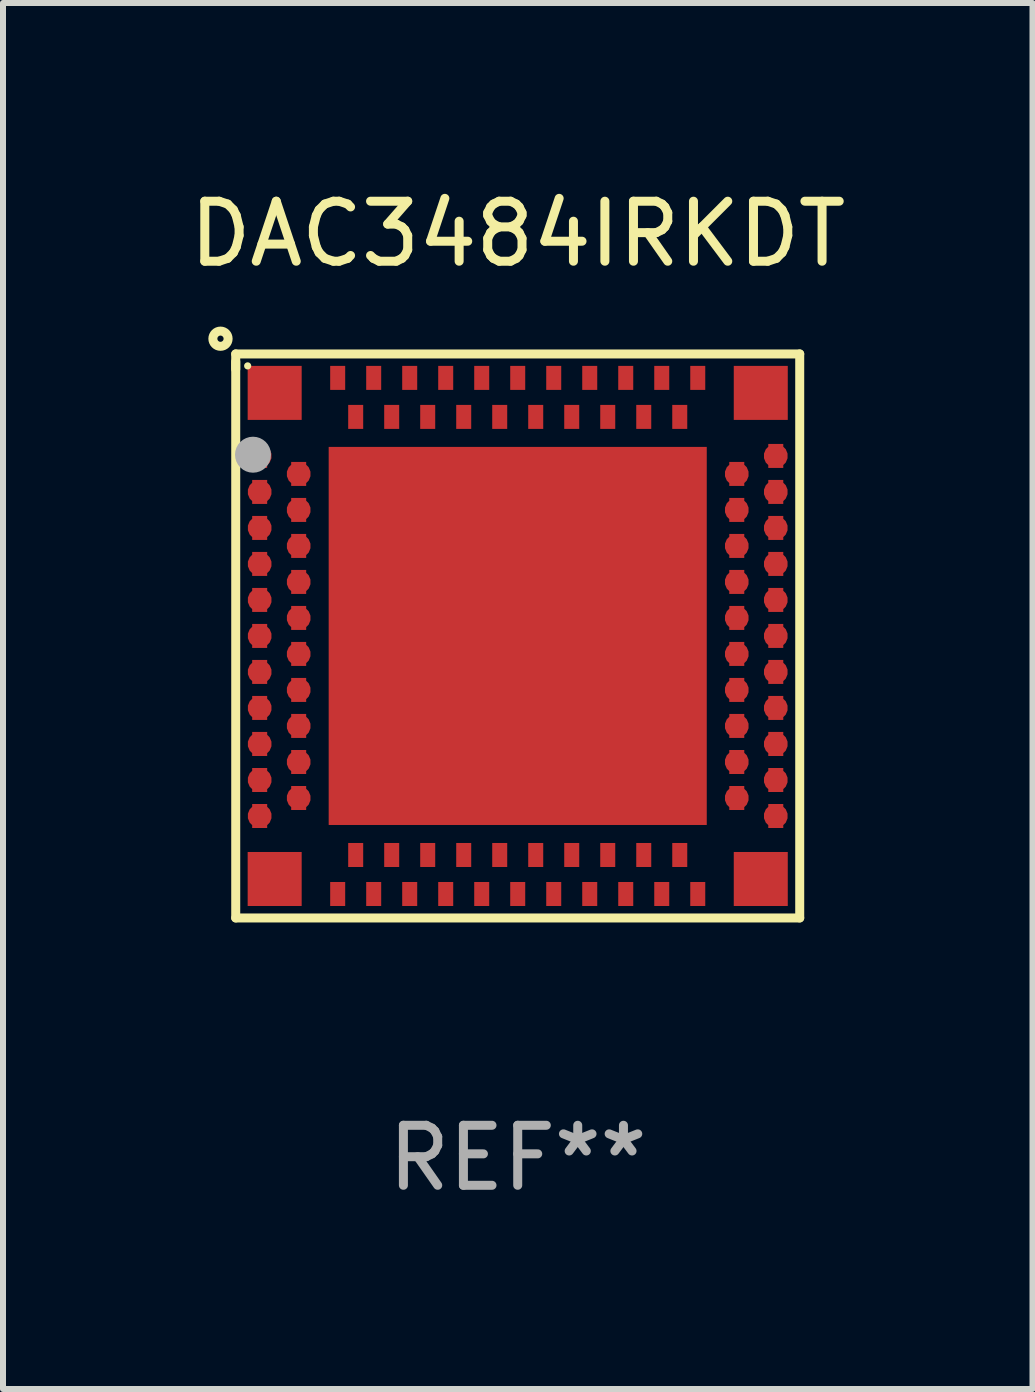
<source format=kicad_pcb>
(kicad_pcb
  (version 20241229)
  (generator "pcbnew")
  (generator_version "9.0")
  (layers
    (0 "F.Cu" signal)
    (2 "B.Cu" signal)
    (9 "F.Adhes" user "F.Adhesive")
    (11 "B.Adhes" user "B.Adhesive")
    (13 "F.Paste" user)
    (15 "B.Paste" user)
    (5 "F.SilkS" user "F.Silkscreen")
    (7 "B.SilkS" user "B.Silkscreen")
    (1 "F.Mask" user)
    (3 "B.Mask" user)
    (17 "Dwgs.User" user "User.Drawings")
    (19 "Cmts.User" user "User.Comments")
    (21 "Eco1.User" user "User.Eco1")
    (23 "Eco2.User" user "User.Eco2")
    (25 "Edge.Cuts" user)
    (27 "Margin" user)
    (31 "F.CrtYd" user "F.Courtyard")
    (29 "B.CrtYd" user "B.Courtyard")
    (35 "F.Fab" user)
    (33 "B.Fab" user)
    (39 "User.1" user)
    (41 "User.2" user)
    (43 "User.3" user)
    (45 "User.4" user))
  (footprint "DAC3484IRKDT"
    (layer "F.Cu")
    (at 5.577 7.547)
    (property "Reference" "DAC3484IRKDT" (at 0 -6.699 0) (layer "F.SilkS") (effects (font (size 1 1) (thickness 0.15))))
    (attr through_hole)
    (fp_line (start -4.699 -4.699) (end -4.699 -4.445) (stroke (width 0.15) (type solid)) (layer "F.SilkS"))
    (fp_line (start -4.699 -4.572) (end -4.699 4.699) (stroke (width 0.15) (type solid)) (layer "F.SilkS"))
    (fp_line (start -4.699 4.699) (end 4.699 4.699) (stroke (width 0.15) (type solid)) (layer "F.SilkS"))
    (fp_line (start 4.699 -4.699) (end -4.699 -4.699) (stroke (width 0.15) (type solid)) (layer "F.SilkS"))
    (fp_line (start 4.699 4.699) (end 4.699 -4.699) (stroke (width 0.15) (type solid)) (layer "F.SilkS"))
    (fp_circle (center -4.953 -4.953) (end -4.826 -4.953) (stroke (width 0.15) (type solid)) (fill no) (layer "F.SilkS"))
    (fp_circle (center -4.5 -4.5) (end -4.47 -4.5) (stroke (width 0.06) (type solid)) (fill no) (layer "F.SilkS"))
    (fp_circle (center -4.411 -3.02) (end -4.261 -3.02) (stroke (width 0.3) (type solid)) (fill no) (layer "F.Fab"))
    (fp_text user "REF**" (at 0 8.699 0) (layer "F.Fab") (effects (font (size 1 1) (thickness 0.15))))
    (pad "89" smd rect (at 0 0) (size 6.3 6.3) (layers "F.Cu" "F.Mask" "F.Paste"))
    (pad "A1" smd custom (at -4.3 -3 90) (size 0.4 0.25) (layers "F.Cu" "F.Mask" "F.Paste") (options (anchor circle)) (primitives (gr_poly (pts (xy -0.2 0.125) (xy -0.2 -0.125) (xy 0.2 -0.125) (xy 0.2 0.125)) (width 0) (fill yes))))
    (pad "A2" smd custom (at -4.3 -2.4 90) (size 0.4 0.25) (layers "F.Cu" "F.Mask" "F.Paste") (options (anchor circle)) (primitives (gr_poly (pts (xy -0.2 0.125) (xy -0.2 -0.125) (xy 0.2 -0.125) (xy 0.2 0.125)) (width 0) (fill yes))))
    (pad "A3" smd custom (at -4.3 -1.8 90) (size 0.4 0.25) (layers "F.Cu" "F.Mask" "F.Paste") (options (anchor circle)) (primitives (gr_poly (pts (xy -0.2 0.125) (xy -0.2 -0.125) (xy 0.2 -0.125) (xy 0.2 0.125)) (width 0) (fill yes))))
    (pad "A4" smd custom (at -4.3 -1.2 90) (size 0.4 0.25) (layers "F.Cu" "F.Mask" "F.Paste") (options (anchor circle)) (primitives (gr_poly (pts (xy -0.2 0.125) (xy -0.2 -0.125) (xy 0.2 -0.125) (xy 0.2 0.125)) (width 0) (fill yes))))
    (pad "A5" smd custom (at -4.3 -0.6 90) (size 0.4 0.25) (layers "F.Cu" "F.Mask" "F.Paste") (options (anchor circle)) (primitives (gr_poly (pts (xy -0.2 0.125) (xy -0.2 -0.125) (xy 0.2 -0.125) (xy 0.2 0.125)) (width 0) (fill yes))))
    (pad "A6" smd custom (at -4.3 0 90) (size 0.4 0.25) (layers "F.Cu" "F.Mask" "F.Paste") (options (anchor circle)) (primitives (gr_poly (pts (xy -0.2 0.125) (xy -0.2 -0.125) (xy 0.2 -0.125) (xy 0.2 0.125)) (width 0) (fill yes))))
    (pad "A7" smd custom (at -4.3 0.6 90) (size 0.4 0.25) (layers "F.Cu" "F.Mask" "F.Paste") (options (anchor circle)) (primitives (gr_poly (pts (xy -0.2 0.125) (xy -0.2 -0.125) (xy 0.2 -0.125) (xy 0.2 0.125)) (width 0) (fill yes))))
    (pad "A8" smd custom (at -4.3 1.2 90) (size 0.4 0.25) (layers "F.Cu" "F.Mask" "F.Paste") (options (anchor circle)) (primitives (gr_poly (pts (xy -0.2 0.125) (xy -0.2 -0.125) (xy 0.2 -0.125) (xy 0.2 0.125)) (width 0) (fill yes))))
    (pad "A9" smd custom (at -4.3 1.8 90) (size 0.4 0.25) (layers "F.Cu" "F.Mask" "F.Paste") (options (anchor circle)) (primitives (gr_poly (pts (xy -0.2 0.125) (xy -0.2 -0.125) (xy 0.2 -0.125) (xy 0.2 0.125)) (width 0) (fill yes))))
    (pad "A10" smd custom (at -4.3 2.4 90) (size 0.4 0.25) (layers "F.Cu" "F.Mask" "F.Paste") (options (anchor circle)) (primitives (gr_poly (pts (xy -0.2 0.125) (xy -0.2 -0.125) (xy 0.2 -0.125) (xy 0.2 0.125)) (width 0) (fill yes))))
    (pad "A11" smd custom (at -4.3 3 90) (size 0.4 0.25) (layers "F.Cu" "F.Mask" "F.Paste") (options (anchor circle)) (primitives (gr_poly (pts (xy -0.2 0.125) (xy -0.2 -0.125) (xy 0.2 -0.125) (xy 0.2 0.125)) (width 0) (fill yes))))
    (pad "A12" smd custom (at -3 4.3) (size 0.25 0.4) (layers "F.Cu" "F.Mask" "F.Paste") (options (anchor circle)) (primitives (gr_poly (pts (xy -0.125 -0.2) (xy 0.125 -0.2) (xy 0.125 0.2) (xy -0.125 0.2)) (width 0) (fill yes))))
    (pad "A13" smd custom (at -2.4 4.3) (size 0.25 0.4) (layers "F.Cu" "F.Mask" "F.Paste") (options (anchor circle)) (primitives (gr_poly (pts (xy -0.125 -0.2) (xy 0.125 -0.2) (xy 0.125 0.2) (xy -0.125 0.2)) (width 0) (fill yes))))
    (pad "A14" smd custom (at -1.8 4.3) (size 0.25 0.4) (layers "F.Cu" "F.Mask" "F.Paste") (options (anchor circle)) (primitives (gr_poly (pts (xy -0.125 -0.2) (xy 0.125 -0.2) (xy 0.125 0.2) (xy -0.125 0.2)) (width 0) (fill yes))))
    (pad "A15" smd custom (at -1.2 4.3) (size 0.25 0.4) (layers "F.Cu" "F.Mask" "F.Paste") (options (anchor circle)) (primitives (gr_poly (pts (xy -0.125 -0.2) (xy 0.125 -0.2) (xy 0.125 0.2) (xy -0.125 0.2)) (width 0) (fill yes))))
    (pad "A16" smd custom (at -0.6 4.3) (size 0.25 0.4) (layers "F.Cu" "F.Mask" "F.Paste") (options (anchor circle)) (primitives (gr_poly (pts (xy -0.125 -0.2) (xy 0.125 -0.2) (xy 0.125 0.2) (xy -0.125 0.2)) (width 0) (fill yes))))
    (pad "A17" smd custom (at 0 4.3) (size 0.25 0.4) (layers "F.Cu" "F.Mask" "F.Paste") (options (anchor circle)) (primitives (gr_poly (pts (xy -0.125 -0.2) (xy 0.125 -0.2) (xy 0.125 0.2) (xy -0.125 0.2)) (width 0) (fill yes))))
    (pad "A18" smd custom (at 0.6 4.3) (size 0.25 0.4) (layers "F.Cu" "F.Mask" "F.Paste") (options (anchor circle)) (primitives (gr_poly (pts (xy -0.125 -0.2) (xy 0.125 -0.2) (xy 0.125 0.2) (xy -0.125 0.2)) (width 0) (fill yes))))
    (pad "A19" smd custom (at 1.2 4.3) (size 0.25 0.4) (layers "F.Cu" "F.Mask" "F.Paste") (options (anchor circle)) (primitives (gr_poly (pts (xy -0.125 -0.2) (xy 0.125 -0.2) (xy 0.125 0.2) (xy -0.125 0.2)) (width 0) (fill yes))))
    (pad "A20" smd custom (at 1.8 4.3) (size 0.25 0.4) (layers "F.Cu" "F.Mask" "F.Paste") (options (anchor circle)) (primitives (gr_poly (pts (xy -0.125 -0.2) (xy 0.125 -0.2) (xy 0.125 0.2) (xy -0.125 0.2)) (width 0) (fill yes))))
    (pad "A21" smd custom (at 2.4 4.3) (size 0.25 0.4) (layers "F.Cu" "F.Mask" "F.Paste") (options (anchor circle)) (primitives (gr_poly (pts (xy -0.125 -0.2) (xy 0.125 -0.2) (xy 0.125 0.2) (xy -0.125 0.2)) (width 0) (fill yes))))
    (pad "A22" smd custom (at 3 4.3) (size 0.25 0.4) (layers "F.Cu" "F.Mask" "F.Paste") (options (anchor circle)) (primitives (gr_poly (pts (xy -0.125 -0.2) (xy 0.125 -0.2) (xy 0.125 0.2) (xy -0.125 0.2)) (width 0) (fill yes))))
    (pad "A23" smd custom (at 4.3 3 90) (size 0.4 0.25) (layers "F.Cu" "F.Mask" "F.Paste") (options (anchor circle)) (primitives (gr_poly (pts (xy -0.2 0.125) (xy -0.2 -0.125) (xy 0.2 -0.125) (xy 0.2 0.125)) (width 0) (fill yes))))
    (pad "A24" smd custom (at 4.3 2.4 90) (size 0.4 0.25) (layers "F.Cu" "F.Mask" "F.Paste") (options (anchor circle)) (primitives (gr_poly (pts (xy -0.2 0.125) (xy -0.2 -0.125) (xy 0.2 -0.125) (xy 0.2 0.125)) (width 0) (fill yes))))
    (pad "A25" smd custom (at 4.3 1.8 90) (size 0.4 0.25) (layers "F.Cu" "F.Mask" "F.Paste") (options (anchor circle)) (primitives (gr_poly (pts (xy -0.2 0.125) (xy -0.2 -0.125) (xy 0.2 -0.125) (xy 0.2 0.125)) (width 0) (fill yes))))
    (pad "A26" smd custom (at 4.3 1.2 90) (size 0.4 0.25) (layers "F.Cu" "F.Mask" "F.Paste") (options (anchor circle)) (primitives (gr_poly (pts (xy -0.2 0.125) (xy -0.2 -0.125) (xy 0.2 -0.125) (xy 0.2 0.125)) (width 0) (fill yes))))
    (pad "A27" smd custom (at 4.3 0.6 90) (size 0.4 0.25) (layers "F.Cu" "F.Mask" "F.Paste") (options (anchor circle)) (primitives (gr_poly (pts (xy -0.2 0.125) (xy -0.2 -0.125) (xy 0.2 -0.125) (xy 0.2 0.125)) (width 0) (fill yes))))
    (pad "A28" smd custom (at 4.3 0 90) (size 0.4 0.25) (layers "F.Cu" "F.Mask" "F.Paste") (options (anchor circle)) (primitives (gr_poly (pts (xy -0.2 0.125) (xy -0.2 -0.125) (xy 0.2 -0.125) (xy 0.2 0.125)) (width 0) (fill yes))))
    (pad "A29" smd custom (at 4.3 -0.6 90) (size 0.4 0.25) (layers "F.Cu" "F.Mask" "F.Paste") (options (anchor circle)) (primitives (gr_poly (pts (xy -0.2 0.125) (xy -0.2 -0.125) (xy 0.2 -0.125) (xy 0.2 0.125)) (width 0) (fill yes))))
    (pad "A30" smd custom (at 4.3 -1.2 90) (size 0.4 0.25) (layers "F.Cu" "F.Mask" "F.Paste") (options (anchor circle)) (primitives (gr_poly (pts (xy -0.2 0.125) (xy -0.2 -0.125) (xy 0.2 -0.125) (xy 0.2 0.125)) (width 0) (fill yes))))
    (pad "A31" smd custom (at 4.3 -1.8 90) (size 0.4 0.25) (layers "F.Cu" "F.Mask" "F.Paste") (options (anchor circle)) (primitives (gr_poly (pts (xy -0.2 0.125) (xy -0.2 -0.125) (xy 0.2 -0.125) (xy 0.2 0.125)) (width 0) (fill yes))))
    (pad "A32" smd custom (at 4.3 -2.4 90) (size 0.4 0.25) (layers "F.Cu" "F.Mask" "F.Paste") (options (anchor circle)) (primitives (gr_poly (pts (xy -0.2 0.125) (xy -0.2 -0.125) (xy 0.2 -0.125) (xy 0.2 0.125)) (width 0) (fill yes))))
    (pad "A33" smd custom (at 4.3 -3 90) (size 0.4 0.25) (layers "F.Cu" "F.Mask" "F.Paste") (options (anchor circle)) (primitives (gr_poly (pts (xy -0.2 0.125) (xy -0.2 -0.125) (xy 0.2 -0.125) (xy 0.2 0.125)) (width 0) (fill yes))))
    (pad "A34" smd custom (at 3 -4.3) (size 0.25 0.4) (layers "F.Cu" "F.Mask" "F.Paste") (options (anchor circle)) (primitives (gr_poly (pts (xy -0.125 -0.2) (xy 0.125 -0.2) (xy 0.125 0.2) (xy -0.125 0.2)) (width 0) (fill yes))))
    (pad "A35" smd custom (at 2.4 -4.3) (size 0.25 0.4) (layers "F.Cu" "F.Mask" "F.Paste") (options (anchor circle)) (primitives (gr_poly (pts (xy -0.125 -0.2) (xy 0.125 -0.2) (xy 0.125 0.2) (xy -0.125 0.2)) (width 0) (fill yes))))
    (pad "A36" smd custom (at 1.8 -4.3) (size 0.25 0.4) (layers "F.Cu" "F.Mask" "F.Paste") (options (anchor circle)) (primitives (gr_poly (pts (xy -0.125 -0.2) (xy 0.125 -0.2) (xy 0.125 0.2) (xy -0.125 0.2)) (width 0) (fill yes))))
    (pad "A37" smd custom (at 1.2 -4.3) (size 0.25 0.4) (layers "F.Cu" "F.Mask" "F.Paste") (options (anchor circle)) (primitives (gr_poly (pts (xy -0.125 -0.2) (xy 0.125 -0.2) (xy 0.125 0.2) (xy -0.125 0.2)) (width 0) (fill yes))))
    (pad "A38" smd custom (at 0.6 -4.3) (size 0.25 0.4) (layers "F.Cu" "F.Mask" "F.Paste") (options (anchor circle)) (primitives (gr_poly (pts (xy -0.125 -0.2) (xy 0.125 -0.2) (xy 0.125 0.2) (xy -0.125 0.2)) (width 0) (fill yes))))
    (pad "A39" smd custom (at 0 -4.3) (size 0.25 0.4) (layers "F.Cu" "F.Mask" "F.Paste") (options (anchor circle)) (primitives (gr_poly (pts (xy -0.125 -0.2) (xy 0.125 -0.2) (xy 0.125 0.2) (xy -0.125 0.2)) (width 0) (fill yes))))
    (pad "A40" smd custom (at -0.6 -4.3) (size 0.25 0.4) (layers "F.Cu" "F.Mask" "F.Paste") (options (anchor circle)) (primitives (gr_poly (pts (xy -0.125 -0.2) (xy 0.125 -0.2) (xy 0.125 0.2) (xy -0.125 0.2)) (width 0) (fill yes))))
    (pad "A41" smd custom (at -1.2 -4.3) (size 0.25 0.4) (layers "F.Cu" "F.Mask" "F.Paste") (options (anchor circle)) (primitives (gr_poly (pts (xy -0.125 -0.2) (xy 0.125 -0.2) (xy 0.125 0.2) (xy -0.125 0.2)) (width 0) (fill yes))))
    (pad "A42" smd custom (at -1.8 -4.3) (size 0.25 0.4) (layers "F.Cu" "F.Mask" "F.Paste") (options (anchor circle)) (primitives (gr_poly (pts (xy -0.125 -0.2) (xy 0.125 -0.2) (xy 0.125 0.2) (xy -0.125 0.2)) (width 0) (fill yes))))
    (pad "A43" smd custom (at -2.4 -4.3) (size 0.25 0.4) (layers "F.Cu" "F.Mask" "F.Paste") (options (anchor circle)) (primitives (gr_poly (pts (xy -0.125 -0.2) (xy 0.125 -0.2) (xy 0.125 0.2) (xy -0.125 0.2)) (width 0) (fill yes))))
    (pad "A44" smd custom (at -3 -4.3) (size 0.25 0.4) (layers "F.Cu" "F.Mask" "F.Paste") (options (anchor circle)) (primitives (gr_poly (pts (xy -0.125 -0.2) (xy 0.125 -0.2) (xy 0.125 0.2) (xy -0.125 0.2)) (width 0) (fill yes))))
    (pad "B1" smd custom (at -3.65 -2.7 90) (size 0.4 0.25) (layers "F.Cu" "F.Mask" "F.Paste") (options (anchor circle)) (primitives (gr_poly (pts (xy -0.2 0.125) (xy -0.2 -0.125) (xy 0.2 -0.125) (xy 0.2 0.125)) (width 0) (fill yes))))
    (pad "B2" smd custom (at -3.65 -2.1 90) (size 0.4 0.25) (layers "F.Cu" "F.Mask" "F.Paste") (options (anchor circle)) (primitives (gr_poly (pts (xy -0.2 0.125) (xy -0.2 -0.125) (xy 0.2 -0.125) (xy 0.2 0.125)) (width 0) (fill yes))))
    (pad "B3" smd custom (at -3.65 -1.5 90) (size 0.4 0.25) (layers "F.Cu" "F.Mask" "F.Paste") (options (anchor circle)) (primitives (gr_poly (pts (xy -0.2 0.125) (xy -0.2 -0.125) (xy 0.2 -0.125) (xy 0.2 0.125)) (width 0) (fill yes))))
    (pad "B4" smd custom (at -3.65 -0.9 90) (size 0.4 0.25) (layers "F.Cu" "F.Mask" "F.Paste") (options (anchor circle)) (primitives (gr_poly (pts (xy -0.2 0.125) (xy -0.2 -0.125) (xy 0.2 -0.125) (xy 0.2 0.125)) (width 0) (fill yes))))
    (pad "B5" smd custom (at -3.65 -0.3 90) (size 0.4 0.25) (layers "F.Cu" "F.Mask" "F.Paste") (options (anchor circle)) (primitives (gr_poly (pts (xy -0.2 0.125) (xy -0.2 -0.125) (xy 0.2 -0.125) (xy 0.2 0.125)) (width 0) (fill yes))))
    (pad "B6" smd custom (at -3.65 0.3 90) (size 0.4 0.25) (layers "F.Cu" "F.Mask" "F.Paste") (options (anchor circle)) (primitives (gr_poly (pts (xy -0.2 0.125) (xy -0.2 -0.125) (xy 0.2 -0.125) (xy 0.2 0.125)) (width 0) (fill yes))))
    (pad "B7" smd custom (at -3.65 0.9 90) (size 0.4 0.25) (layers "F.Cu" "F.Mask" "F.Paste") (options (anchor circle)) (primitives (gr_poly (pts (xy -0.2 0.125) (xy -0.2 -0.125) (xy 0.2 -0.125) (xy 0.2 0.125)) (width 0) (fill yes))))
    (pad "B8" smd custom (at -3.65 1.5 90) (size 0.4 0.25) (layers "F.Cu" "F.Mask" "F.Paste") (options (anchor circle)) (primitives (gr_poly (pts (xy -0.2 0.125) (xy -0.2 -0.125) (xy 0.2 -0.125) (xy 0.2 0.125)) (width 0) (fill yes))))
    (pad "B9" smd custom (at -3.65 2.1 90) (size 0.4 0.25) (layers "F.Cu" "F.Mask" "F.Paste") (options (anchor circle)) (primitives (gr_poly (pts (xy -0.2 0.125) (xy -0.2 -0.125) (xy 0.2 -0.125) (xy 0.2 0.125)) (width 0) (fill yes))))
    (pad "B10" smd custom (at -3.65 2.7 90) (size 0.4 0.25) (layers "F.Cu" "F.Mask" "F.Paste") (options (anchor circle)) (primitives (gr_poly (pts (xy -0.2 0.125) (xy -0.2 -0.125) (xy 0.2 -0.125) (xy 0.2 0.125)) (width 0) (fill yes))))
    (pad "B11" smd custom (at -2.7 3.65) (size 0.25 0.4) (layers "F.Cu" "F.Mask" "F.Paste") (options (anchor circle)) (primitives (gr_poly (pts (xy -0.125 -0.2) (xy 0.125 -0.2) (xy 0.125 0.2) (xy -0.125 0.2)) (width 0) (fill yes))))
    (pad "B12" smd custom (at -2.1 3.65) (size 0.25 0.4) (layers "F.Cu" "F.Mask" "F.Paste") (options (anchor circle)) (primitives (gr_poly (pts (xy -0.125 -0.2) (xy 0.125 -0.2) (xy 0.125 0.2) (xy -0.125 0.2)) (width 0) (fill yes))))
    (pad "B13" smd custom (at -1.5 3.65) (size 0.25 0.4) (layers "F.Cu" "F.Mask" "F.Paste") (options (anchor circle)) (primitives (gr_poly (pts (xy -0.125 -0.2) (xy 0.125 -0.2) (xy 0.125 0.2) (xy -0.125 0.2)) (width 0) (fill yes))))
    (pad "B14" smd custom (at -0.9 3.65) (size 0.25 0.4) (layers "F.Cu" "F.Mask" "F.Paste") (options (anchor circle)) (primitives (gr_poly (pts (xy -0.125 -0.2) (xy 0.125 -0.2) (xy 0.125 0.2) (xy -0.125 0.2)) (width 0) (fill yes))))
    (pad "B15" smd custom (at -0.3 3.65) (size 0.25 0.4) (layers "F.Cu" "F.Mask" "F.Paste") (options (anchor circle)) (primitives (gr_poly (pts (xy -0.125 -0.2) (xy 0.125 -0.2) (xy 0.125 0.2) (xy -0.125 0.2)) (width 0) (fill yes))))
    (pad "B16" smd custom (at 0.3 3.65) (size 0.25 0.4) (layers "F.Cu" "F.Mask" "F.Paste") (options (anchor circle)) (primitives (gr_poly (pts (xy -0.125 -0.2) (xy 0.125 -0.2) (xy 0.125 0.2) (xy -0.125 0.2)) (width 0) (fill yes))))
    (pad "B17" smd custom (at 0.9 3.65) (size 0.25 0.4) (layers "F.Cu" "F.Mask" "F.Paste") (options (anchor circle)) (primitives (gr_poly (pts (xy -0.125 -0.2) (xy 0.125 -0.2) (xy 0.125 0.2) (xy -0.125 0.2)) (width 0) (fill yes))))
    (pad "B18" smd custom (at 1.5 3.65) (size 0.25 0.4) (layers "F.Cu" "F.Mask" "F.Paste") (options (anchor circle)) (primitives (gr_poly (pts (xy -0.125 -0.2) (xy 0.125 -0.2) (xy 0.125 0.2) (xy -0.125 0.2)) (width 0) (fill yes))))
    (pad "B19" smd custom (at 2.1 3.65) (size 0.25 0.4) (layers "F.Cu" "F.Mask" "F.Paste") (options (anchor circle)) (primitives (gr_poly (pts (xy -0.125 -0.2) (xy 0.125 -0.2) (xy 0.125 0.2) (xy -0.125 0.2)) (width 0) (fill yes))))
    (pad "B20" smd custom (at 2.7 3.65) (size 0.25 0.4) (layers "F.Cu" "F.Mask" "F.Paste") (options (anchor circle)) (primitives (gr_poly (pts (xy -0.125 -0.2) (xy 0.125 -0.2) (xy 0.125 0.2) (xy -0.125 0.2)) (width 0) (fill yes))))
    (pad "B21" smd custom (at 3.65 2.7 90) (size 0.4 0.25) (layers "F.Cu" "F.Mask" "F.Paste") (options (anchor circle)) (primitives (gr_poly (pts (xy -0.2 0.125) (xy -0.2 -0.125) (xy 0.2 -0.125) (xy 0.2 0.125)) (width 0) (fill yes))))
    (pad "B22" smd custom (at 3.65 2.1 90) (size 0.4 0.25) (layers "F.Cu" "F.Mask" "F.Paste") (options (anchor circle)) (primitives (gr_poly (pts (xy -0.2 0.125) (xy -0.2 -0.125) (xy 0.2 -0.125) (xy 0.2 0.125)) (width 0) (fill yes))))
    (pad "B23" smd custom (at 3.65 1.5 90) (size 0.4 0.25) (layers "F.Cu" "F.Mask" "F.Paste") (options (anchor circle)) (primitives (gr_poly (pts (xy -0.2 0.125) (xy -0.2 -0.125) (xy 0.2 -0.125) (xy 0.2 0.125)) (width 0) (fill yes))))
    (pad "B24" smd custom (at 3.65 0.9 90) (size 0.4 0.25) (layers "F.Cu" "F.Mask" "F.Paste") (options (anchor circle)) (primitives (gr_poly (pts (xy -0.2 0.125) (xy -0.2 -0.125) (xy 0.2 -0.125) (xy 0.2 0.125)) (width 0) (fill yes))))
    (pad "B25" smd custom (at 3.65 0.3 90) (size 0.4 0.25) (layers "F.Cu" "F.Mask" "F.Paste") (options (anchor circle)) (primitives (gr_poly (pts (xy -0.2 0.125) (xy -0.2 -0.125) (xy 0.2 -0.125) (xy 0.2 0.125)) (width 0) (fill yes))))
    (pad "B26" smd custom (at 3.65 -0.3 90) (size 0.4 0.25) (layers "F.Cu" "F.Mask" "F.Paste") (options (anchor circle)) (primitives (gr_poly (pts (xy -0.2 0.125) (xy -0.2 -0.125) (xy 0.2 -0.125) (xy 0.2 0.125)) (width 0) (fill yes))))
    (pad "B27" smd custom (at 3.65 -0.9 90) (size 0.4 0.25) (layers "F.Cu" "F.Mask" "F.Paste") (options (anchor circle)) (primitives (gr_poly (pts (xy -0.2 0.125) (xy -0.2 -0.125) (xy 0.2 -0.125) (xy 0.2 0.125)) (width 0) (fill yes))))
    (pad "B28" smd custom (at 3.65 -1.5 90) (size 0.4 0.25) (layers "F.Cu" "F.Mask" "F.Paste") (options (anchor circle)) (primitives (gr_poly (pts (xy -0.2 0.125) (xy -0.2 -0.125) (xy 0.2 -0.125) (xy 0.2 0.125)) (width 0) (fill yes))))
    (pad "B29" smd custom (at 3.65 -2.1 90) (size 0.4 0.25) (layers "F.Cu" "F.Mask" "F.Paste") (options (anchor circle)) (primitives (gr_poly (pts (xy -0.2 0.125) (xy -0.2 -0.125) (xy 0.2 -0.125) (xy 0.2 0.125)) (width 0) (fill yes))))
    (pad "B30" smd custom (at 3.65 -2.7 90) (size 0.4 0.25) (layers "F.Cu" "F.Mask" "F.Paste") (options (anchor circle)) (primitives (gr_poly (pts (xy -0.2 0.125) (xy -0.2 -0.125) (xy 0.2 -0.125) (xy 0.2 0.125)) (width 0) (fill yes))))
    (pad "B31" smd custom (at 2.7 -3.65) (size 0.25 0.4) (layers "F.Cu" "F.Mask" "F.Paste") (options (anchor circle)) (primitives (gr_poly (pts (xy -0.125 -0.2) (xy 0.125 -0.2) (xy 0.125 0.2) (xy -0.125 0.2)) (width 0) (fill yes))))
    (pad "B32" smd custom (at 2.1 -3.65) (size 0.25 0.4) (layers "F.Cu" "F.Mask" "F.Paste") (options (anchor circle)) (primitives (gr_poly (pts (xy -0.125 -0.2) (xy 0.125 -0.2) (xy 0.125 0.2) (xy -0.125 0.2)) (width 0) (fill yes))))
    (pad "B33" smd custom (at 1.5 -3.65) (size 0.25 0.4) (layers "F.Cu" "F.Mask" "F.Paste") (options (anchor circle)) (primitives (gr_poly (pts (xy -0.125 -0.2) (xy 0.125 -0.2) (xy 0.125 0.2) (xy -0.125 0.2)) (width 0) (fill yes))))
    (pad "B34" smd custom (at 0.9 -3.65) (size 0.25 0.4) (layers "F.Cu" "F.Mask" "F.Paste") (options (anchor circle)) (primitives (gr_poly (pts (xy -0.125 -0.2) (xy 0.125 -0.2) (xy 0.125 0.2) (xy -0.125 0.2)) (width 0) (fill yes))))
    (pad "B35" smd custom (at 0.3 -3.65) (size 0.25 0.4) (layers "F.Cu" "F.Mask" "F.Paste") (options (anchor circle)) (primitives (gr_poly (pts (xy -0.125 -0.2) (xy 0.125 -0.2) (xy 0.125 0.2) (xy -0.125 0.2)) (width 0) (fill yes))))
    (pad "B36" smd custom (at -0.3 -3.65) (size 0.25 0.4) (layers "F.Cu" "F.Mask" "F.Paste") (options (anchor circle)) (primitives (gr_poly (pts (xy -0.125 -0.2) (xy 0.125 -0.2) (xy 0.125 0.2) (xy -0.125 0.2)) (width 0) (fill yes))))
    (pad "B37" smd custom (at -0.9 -3.65) (size 0.25 0.4) (layers "F.Cu" "F.Mask" "F.Paste") (options (anchor circle)) (primitives (gr_poly (pts (xy -0.125 -0.2) (xy 0.125 -0.2) (xy 0.125 0.2) (xy -0.125 0.2)) (width 0) (fill yes))))
    (pad "B38" smd custom (at -1.5 -3.65) (size 0.25 0.4) (layers "F.Cu" "F.Mask" "F.Paste") (options (anchor circle)) (primitives (gr_poly (pts (xy -0.125 -0.2) (xy 0.125 -0.2) (xy 0.125 0.2) (xy -0.125 0.2)) (width 0) (fill yes))))
    (pad "B39" smd custom (at -2.1 -3.65) (size 0.25 0.4) (layers "F.Cu" "F.Mask" "F.Paste") (options (anchor circle)) (primitives (gr_poly (pts (xy -0.125 -0.2) (xy 0.125 -0.2) (xy 0.125 0.2) (xy -0.125 0.2)) (width 0) (fill yes))))
    (pad "B40" smd custom (at -2.7 -3.65) (size 0.25 0.4) (layers "F.Cu" "F.Mask" "F.Paste") (options (anchor circle)) (primitives (gr_poly (pts (xy -0.125 -0.2) (xy 0.125 -0.2) (xy 0.125 0.2) (xy -0.125 0.2)) (width 0) (fill yes))))
    (pad "C1" smd rect (at -4.05 -4.05) (size 0.9 0.9) (layers "F.Cu" "F.Mask" "F.Paste"))
    (pad "C2" smd rect (at -4.05 4.05) (size 0.9 0.9) (layers "F.Cu" "F.Mask" "F.Paste"))
    (pad "C3" smd rect (at 4.05 4.05) (size 0.9 0.9) (layers "F.Cu" "F.Mask" "F.Paste"))
    (pad "C4" smd rect (at 4.05 -4.05) (size 0.9 0.9) (layers "F.Cu" "F.Mask" "F.Paste")))
  (gr_rect
    (start -3 -3)
    (end 14.155 20.095)
    (stroke (width 0.1) (type default))
    (fill no)
    (layer "Edge.Cuts")))
</source>
